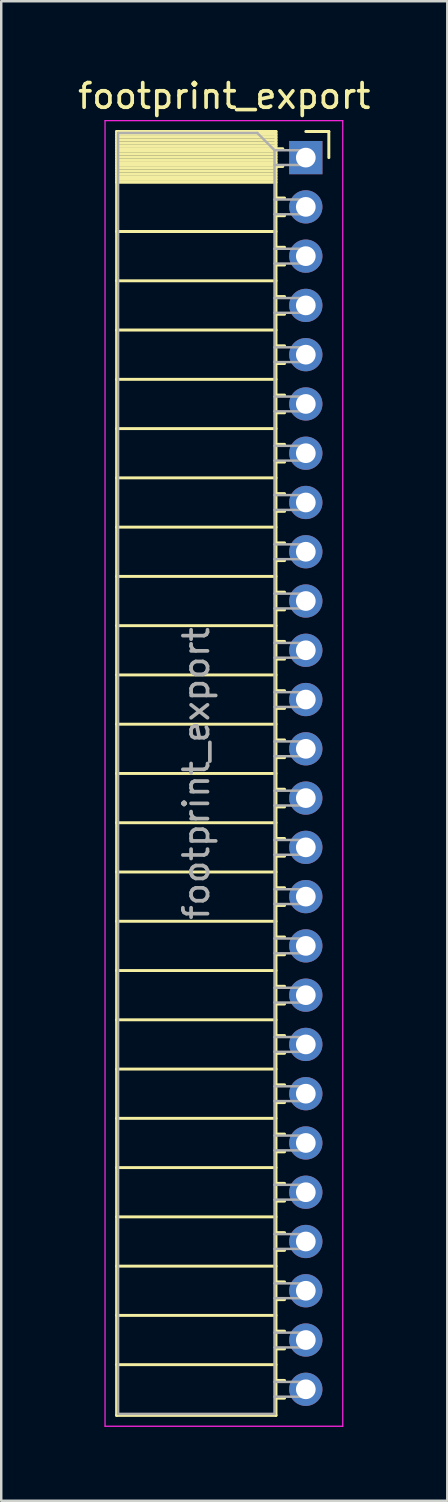
<source format=kicad_pcb>
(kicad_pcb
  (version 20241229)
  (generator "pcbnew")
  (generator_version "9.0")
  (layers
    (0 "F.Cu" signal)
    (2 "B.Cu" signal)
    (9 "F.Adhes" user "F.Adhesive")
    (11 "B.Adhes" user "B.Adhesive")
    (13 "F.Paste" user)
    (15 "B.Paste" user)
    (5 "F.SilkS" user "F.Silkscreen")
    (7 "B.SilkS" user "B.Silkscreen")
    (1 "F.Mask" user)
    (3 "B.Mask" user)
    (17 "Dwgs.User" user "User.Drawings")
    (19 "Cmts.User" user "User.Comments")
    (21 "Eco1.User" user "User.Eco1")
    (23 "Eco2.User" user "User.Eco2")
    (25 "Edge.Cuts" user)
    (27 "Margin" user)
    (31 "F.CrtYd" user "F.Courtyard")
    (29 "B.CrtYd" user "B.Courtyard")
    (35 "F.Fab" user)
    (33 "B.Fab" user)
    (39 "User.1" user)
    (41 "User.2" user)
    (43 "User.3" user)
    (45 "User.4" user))
  (footprint "footprint_export"
    (layer "F.Cu")
    (at 9.364 3.348)
    (property "Reference" "footprint_export" (at -3.31 -2.5 0) (layer "F.SilkS") (effects (font (size 1 1) (thickness 0.15))))
    (attr through_hole)
    (fp_line (start -7.68 -1.06) (end -7.68 51.06) (stroke (width 0.12) (type solid)) (layer "F.SilkS"))
    (fp_line (start -7.68 -1.06) (end -1.21 -1.06) (stroke (width 0.12) (type solid)) (layer "F.SilkS"))
    (fp_line (start -7.68 -0.94) (end -1.21 -0.94) (stroke (width 0.12) (type solid)) (layer "F.SilkS"))
    (fp_line (start -7.68 -0.826) (end -1.21 -0.826) (stroke (width 0.12) (type solid)) (layer "F.SilkS"))
    (fp_line (start -7.68 -0.712) (end -1.21 -0.712) (stroke (width 0.12) (type solid)) (layer "F.SilkS"))
    (fp_line (start -7.68 -0.598) (end -1.21 -0.598) (stroke (width 0.12) (type solid)) (layer "F.SilkS"))
    (fp_line (start -7.68 -0.484) (end -1.21 -0.484) (stroke (width 0.12) (type solid)) (layer "F.SilkS"))
    (fp_line (start -7.68 -0.369) (end -1.21 -0.369) (stroke (width 0.12) (type solid)) (layer "F.SilkS"))
    (fp_line (start -7.68 -0.255) (end -1.21 -0.255) (stroke (width 0.12) (type solid)) (layer "F.SilkS"))
    (fp_line (start -7.68 -0.141) (end -1.21 -0.141) (stroke (width 0.12) (type solid)) (layer "F.SilkS"))
    (fp_line (start -7.68 -0.027) (end -1.21 -0.027) (stroke (width 0.12) (type solid)) (layer "F.SilkS"))
    (fp_line (start -7.68 0.087) (end -1.21 0.087) (stroke (width 0.12) (type solid)) (layer "F.SilkS"))
    (fp_line (start -7.68 0.201) (end -1.21 0.201) (stroke (width 0.12) (type solid)) (layer "F.SilkS"))
    (fp_line (start -7.68 0.315) (end -1.21 0.315) (stroke (width 0.12) (type solid)) (layer "F.SilkS"))
    (fp_line (start -7.68 0.429) (end -1.21 0.429) (stroke (width 0.12) (type solid)) (layer "F.SilkS"))
    (fp_line (start -7.68 0.544) (end -1.21 0.544) (stroke (width 0.12) (type solid)) (layer "F.SilkS"))
    (fp_line (start -7.68 0.658) (end -1.21 0.658) (stroke (width 0.12) (type solid)) (layer "F.SilkS"))
    (fp_line (start -7.68 0.772) (end -1.21 0.772) (stroke (width 0.12) (type solid)) (layer "F.SilkS"))
    (fp_line (start -7.68 0.886) (end -1.21 0.886) (stroke (width 0.12) (type solid)) (layer "F.SilkS"))
    (fp_line (start -7.68 1) (end -1.21 1) (stroke (width 0.12) (type solid)) (layer "F.SilkS"))
    (fp_line (start -7.68 3) (end -1.21 3) (stroke (width 0.12) (type solid)) (layer "F.SilkS"))
    (fp_line (start -7.68 5) (end -1.21 5) (stroke (width 0.12) (type solid)) (layer "F.SilkS"))
    (fp_line (start -7.68 7) (end -1.21 7) (stroke (width 0.12) (type solid)) (layer "F.SilkS"))
    (fp_line (start -7.68 9) (end -1.21 9) (stroke (width 0.12) (type solid)) (layer "F.SilkS"))
    (fp_line (start -7.68 11) (end -1.21 11) (stroke (width 0.12) (type solid)) (layer "F.SilkS"))
    (fp_line (start -7.68 13) (end -1.21 13) (stroke (width 0.12) (type solid)) (layer "F.SilkS"))
    (fp_line (start -7.68 15) (end -1.21 15) (stroke (width 0.12) (type solid)) (layer "F.SilkS"))
    (fp_line (start -7.68 17) (end -1.21 17) (stroke (width 0.12) (type solid)) (layer "F.SilkS"))
    (fp_line (start -7.68 19) (end -1.21 19) (stroke (width 0.12) (type solid)) (layer "F.SilkS"))
    (fp_line (start -7.68 21) (end -1.21 21) (stroke (width 0.12) (type solid)) (layer "F.SilkS"))
    (fp_line (start -7.68 23) (end -1.21 23) (stroke (width 0.12) (type solid)) (layer "F.SilkS"))
    (fp_line (start -7.68 25) (end -1.21 25) (stroke (width 0.12) (type solid)) (layer "F.SilkS"))
    (fp_line (start -7.68 27) (end -1.21 27) (stroke (width 0.12) (type solid)) (layer "F.SilkS"))
    (fp_line (start -7.68 29) (end -1.21 29) (stroke (width 0.12) (type solid)) (layer "F.SilkS"))
    (fp_line (start -7.68 31) (end -1.21 31) (stroke (width 0.12) (type solid)) (layer "F.SilkS"))
    (fp_line (start -7.68 33) (end -1.21 33) (stroke (width 0.12) (type solid)) (layer "F.SilkS"))
    (fp_line (start -7.68 35) (end -1.21 35) (stroke (width 0.12) (type solid)) (layer "F.SilkS"))
    (fp_line (start -7.68 37) (end -1.21 37) (stroke (width 0.12) (type solid)) (layer "F.SilkS"))
    (fp_line (start -7.68 39) (end -1.21 39) (stroke (width 0.12) (type solid)) (layer "F.SilkS"))
    (fp_line (start -7.68 41) (end -1.21 41) (stroke (width 0.12) (type solid)) (layer "F.SilkS"))
    (fp_line (start -7.68 43) (end -1.21 43) (stroke (width 0.12) (type solid)) (layer "F.SilkS"))
    (fp_line (start -7.68 45) (end -1.21 45) (stroke (width 0.12) (type solid)) (layer "F.SilkS"))
    (fp_line (start -7.68 47) (end -1.21 47) (stroke (width 0.12) (type solid)) (layer "F.SilkS"))
    (fp_line (start -7.68 49) (end -1.21 49) (stroke (width 0.12) (type solid)) (layer "F.SilkS"))
    (fp_line (start -7.68 51.06) (end -1.21 51.06) (stroke (width 0.12) (type solid)) (layer "F.SilkS"))
    (fp_line (start -1.21 -1.06) (end -1.21 51.06) (stroke (width 0.12) (type solid)) (layer "F.SilkS"))
    (fp_line (start -1.21 -0.36) (end -0.935 -0.36) (stroke (width 0.12) (type solid)) (layer "F.SilkS"))
    (fp_line (start -1.21 0.36) (end -0.935 0.36) (stroke (width 0.12) (type solid)) (layer "F.SilkS"))
    (fp_line (start -1.21 1.64) (end -0.863 1.64) (stroke (width 0.12) (type solid)) (layer "F.SilkS"))
    (fp_line (start -1.21 2.36) (end -0.863 2.36) (stroke (width 0.12) (type solid)) (layer "F.SilkS"))
    (fp_line (start -1.21 3.64) (end -0.863 3.64) (stroke (width 0.12) (type solid)) (layer "F.SilkS"))
    (fp_line (start -1.21 4.36) (end -0.863 4.36) (stroke (width 0.12) (type solid)) (layer "F.SilkS"))
    (fp_line (start -1.21 5.64) (end -0.863 5.64) (stroke (width 0.12) (type solid)) (layer "F.SilkS"))
    (fp_line (start -1.21 6.36) (end -0.863 6.36) (stroke (width 0.12) (type solid)) (layer "F.SilkS"))
    (fp_line (start -1.21 7.64) (end -0.863 7.64) (stroke (width 0.12) (type solid)) (layer "F.SilkS"))
    (fp_line (start -1.21 8.36) (end -0.863 8.36) (stroke (width 0.12) (type solid)) (layer "F.SilkS"))
    (fp_line (start -1.21 9.64) (end -0.863 9.64) (stroke (width 0.12) (type solid)) (layer "F.SilkS"))
    (fp_line (start -1.21 10.36) (end -0.863 10.36) (stroke (width 0.12) (type solid)) (layer "F.SilkS"))
    (fp_line (start -1.21 11.64) (end -0.863 11.64) (stroke (width 0.12) (type solid)) (layer "F.SilkS"))
    (fp_line (start -1.21 12.36) (end -0.863 12.36) (stroke (width 0.12) (type solid)) (layer "F.SilkS"))
    (fp_line (start -1.21 13.64) (end -0.863 13.64) (stroke (width 0.12) (type solid)) (layer "F.SilkS"))
    (fp_line (start -1.21 14.36) (end -0.863 14.36) (stroke (width 0.12) (type solid)) (layer "F.SilkS"))
    (fp_line (start -1.21 15.64) (end -0.863 15.64) (stroke (width 0.12) (type solid)) (layer "F.SilkS"))
    (fp_line (start -1.21 16.36) (end -0.863 16.36) (stroke (width 0.12) (type solid)) (layer "F.SilkS"))
    (fp_line (start -1.21 17.64) (end -0.863 17.64) (stroke (width 0.12) (type solid)) (layer "F.SilkS"))
    (fp_line (start -1.21 18.36) (end -0.863 18.36) (stroke (width 0.12) (type solid)) (layer "F.SilkS"))
    (fp_line (start -1.21 19.64) (end -0.863 19.64) (stroke (width 0.12) (type solid)) (layer "F.SilkS"))
    (fp_line (start -1.21 20.36) (end -0.863 20.36) (stroke (width 0.12) (type solid)) (layer "F.SilkS"))
    (fp_line (start -1.21 21.64) (end -0.863 21.64) (stroke (width 0.12) (type solid)) (layer "F.SilkS"))
    (fp_line (start -1.21 22.36) (end -0.863 22.36) (stroke (width 0.12) (type solid)) (layer "F.SilkS"))
    (fp_line (start -1.21 23.64) (end -0.863 23.64) (stroke (width 0.12) (type solid)) (layer "F.SilkS"))
    (fp_line (start -1.21 24.36) (end -0.863 24.36) (stroke (width 0.12) (type solid)) (layer "F.SilkS"))
    (fp_line (start -1.21 25.64) (end -0.863 25.64) (stroke (width 0.12) (type solid)) (layer "F.SilkS"))
    (fp_line (start -1.21 26.36) (end -0.863 26.36) (stroke (width 0.12) (type solid)) (layer "F.SilkS"))
    (fp_line (start -1.21 27.64) (end -0.863 27.64) (stroke (width 0.12) (type solid)) (layer "F.SilkS"))
    (fp_line (start -1.21 28.36) (end -0.863 28.36) (stroke (width 0.12) (type solid)) (layer "F.SilkS"))
    (fp_line (start -1.21 29.64) (end -0.863 29.64) (stroke (width 0.12) (type solid)) (layer "F.SilkS"))
    (fp_line (start -1.21 30.36) (end -0.863 30.36) (stroke (width 0.12) (type solid)) (layer "F.SilkS"))
    (fp_line (start -1.21 31.64) (end -0.863 31.64) (stroke (width 0.12) (type solid)) (layer "F.SilkS"))
    (fp_line (start -1.21 32.36) (end -0.863 32.36) (stroke (width 0.12) (type solid)) (layer "F.SilkS"))
    (fp_line (start -1.21 33.64) (end -0.863 33.64) (stroke (width 0.12) (type solid)) (layer "F.SilkS"))
    (fp_line (start -1.21 34.36) (end -0.863 34.36) (stroke (width 0.12) (type solid)) (layer "F.SilkS"))
    (fp_line (start -1.21 35.64) (end -0.863 35.64) (stroke (width 0.12) (type solid)) (layer "F.SilkS"))
    (fp_line (start -1.21 36.36) (end -0.863 36.36) (stroke (width 0.12) (type solid)) (layer "F.SilkS"))
    (fp_line (start -1.21 37.64) (end -0.863 37.64) (stroke (width 0.12) (type solid)) (layer "F.SilkS"))
    (fp_line (start -1.21 38.36) (end -0.863 38.36) (stroke (width 0.12) (type solid)) (layer "F.SilkS"))
    (fp_line (start -1.21 39.64) (end -0.863 39.64) (stroke (width 0.12) (type solid)) (layer "F.SilkS"))
    (fp_line (start -1.21 40.36) (end -0.863 40.36) (stroke (width 0.12) (type solid)) (layer "F.SilkS"))
    (fp_line (start -1.21 41.64) (end -0.863 41.64) (stroke (width 0.12) (type solid)) (layer "F.SilkS"))
    (fp_line (start -1.21 42.36) (end -0.863 42.36) (stroke (width 0.12) (type solid)) (layer "F.SilkS"))
    (fp_line (start -1.21 43.64) (end -0.863 43.64) (stroke (width 0.12) (type solid)) (layer "F.SilkS"))
    (fp_line (start -1.21 44.36) (end -0.863 44.36) (stroke (width 0.12) (type solid)) (layer "F.SilkS"))
    (fp_line (start -1.21 45.64) (end -0.863 45.64) (stroke (width 0.12) (type solid)) (layer "F.SilkS"))
    (fp_line (start -1.21 46.36) (end -0.863 46.36) (stroke (width 0.12) (type solid)) (layer "F.SilkS"))
    (fp_line (start -1.21 47.64) (end -0.863 47.64) (stroke (width 0.12) (type solid)) (layer "F.SilkS"))
    (fp_line (start -1.21 48.36) (end -0.863 48.36) (stroke (width 0.12) (type solid)) (layer "F.SilkS"))
    (fp_line (start -1.21 49.64) (end -0.863 49.64) (stroke (width 0.12) (type solid)) (layer "F.SilkS"))
    (fp_line (start -1.21 50.36) (end -0.863 50.36) (stroke (width 0.12) (type solid)) (layer "F.SilkS"))
    (fp_line (start 0 -1.06) (end 0.935 -1.06) (stroke (width 0.12) (type solid)) (layer "F.SilkS"))
    (fp_line (start 0.935 -1.06) (end 0.935 0) (stroke (width 0.12) (type solid)) (layer "F.SilkS"))
    (fp_line (start -8.15 -1.5) (end -8.15 51.5) (stroke (width 0.05) (type solid)) (layer "F.CrtYd"))
    (fp_line (start -8.15 51.5) (end 1.5 51.5) (stroke (width 0.05) (type solid)) (layer "F.CrtYd"))
    (fp_line (start 1.5 -1.5) (end -8.15 -1.5) (stroke (width 0.05) (type solid)) (layer "F.CrtYd"))
    (fp_line (start 1.5 51.5) (end 1.5 -1.5) (stroke (width 0.05) (type solid)) (layer "F.CrtYd"))
    (fp_line (start -7.62 -1) (end -1.97 -1) (stroke (width 0.1) (type solid)) (layer "F.Fab"))
    (fp_line (start -7.62 51) (end -7.62 -1) (stroke (width 0.1) (type solid)) (layer "F.Fab"))
    (fp_line (start -1.97 -1) (end -1.27 -0.3) (stroke (width 0.1) (type solid)) (layer "F.Fab"))
    (fp_line (start -1.27 -0.3) (end -1.27 51) (stroke (width 0.1) (type solid)) (layer "F.Fab"))
    (fp_line (start -1.27 0.3) (end 0 0.3) (stroke (width 0.1) (type solid)) (layer "F.Fab"))
    (fp_line (start -1.27 2.3) (end 0 2.3) (stroke (width 0.1) (type solid)) (layer "F.Fab"))
    (fp_line (start -1.27 4.3) (end 0 4.3) (stroke (width 0.1) (type solid)) (layer "F.Fab"))
    (fp_line (start -1.27 6.3) (end 0 6.3) (stroke (width 0.1) (type solid)) (layer "F.Fab"))
    (fp_line (start -1.27 8.3) (end 0 8.3) (stroke (width 0.1) (type solid)) (layer "F.Fab"))
    (fp_line (start -1.27 10.3) (end 0 10.3) (stroke (width 0.1) (type solid)) (layer "F.Fab"))
    (fp_line (start -1.27 12.3) (end 0 12.3) (stroke (width 0.1) (type solid)) (layer "F.Fab"))
    (fp_line (start -1.27 14.3) (end 0 14.3) (stroke (width 0.1) (type solid)) (layer "F.Fab"))
    (fp_line (start -1.27 16.3) (end 0 16.3) (stroke (width 0.1) (type solid)) (layer "F.Fab"))
    (fp_line (start -1.27 18.3) (end 0 18.3) (stroke (width 0.1) (type solid)) (layer "F.Fab"))
    (fp_line (start -1.27 20.3) (end 0 20.3) (stroke (width 0.1) (type solid)) (layer "F.Fab"))
    (fp_line (start -1.27 22.3) (end 0 22.3) (stroke (width 0.1) (type solid)) (layer "F.Fab"))
    (fp_line (start -1.27 24.3) (end 0 24.3) (stroke (width 0.1) (type solid)) (layer "F.Fab"))
    (fp_line (start -1.27 26.3) (end 0 26.3) (stroke (width 0.1) (type solid)) (layer "F.Fab"))
    (fp_line (start -1.27 28.3) (end 0 28.3) (stroke (width 0.1) (type solid)) (layer "F.Fab"))
    (fp_line (start -1.27 30.3) (end 0 30.3) (stroke (width 0.1) (type solid)) (layer "F.Fab"))
    (fp_line (start -1.27 32.3) (end 0 32.3) (stroke (width 0.1) (type solid)) (layer "F.Fab"))
    (fp_line (start -1.27 34.3) (end 0 34.3) (stroke (width 0.1) (type solid)) (layer "F.Fab"))
    (fp_line (start -1.27 36.3) (end 0 36.3) (stroke (width 0.1) (type solid)) (layer "F.Fab"))
    (fp_line (start -1.27 38.3) (end 0 38.3) (stroke (width 0.1) (type solid)) (layer "F.Fab"))
    (fp_line (start -1.27 40.3) (end 0 40.3) (stroke (width 0.1) (type solid)) (layer "F.Fab"))
    (fp_line (start -1.27 42.3) (end 0 42.3) (stroke (width 0.1) (type solid)) (layer "F.Fab"))
    (fp_line (start -1.27 44.3) (end 0 44.3) (stroke (width 0.1) (type solid)) (layer "F.Fab"))
    (fp_line (start -1.27 46.3) (end 0 46.3) (stroke (width 0.1) (type solid)) (layer "F.Fab"))
    (fp_line (start -1.27 48.3) (end 0 48.3) (stroke (width 0.1) (type solid)) (layer "F.Fab"))
    (fp_line (start -1.27 50.3) (end 0 50.3) (stroke (width 0.1) (type solid)) (layer "F.Fab"))
    (fp_line (start -1.27 51) (end -7.62 51) (stroke (width 0.1) (type solid)) (layer "F.Fab"))
    (fp_line (start 0 -0.3) (end -1.27 -0.3) (stroke (width 0.1) (type solid)) (layer "F.Fab"))
    (fp_line (start 0 0.3) (end 0 -0.3) (stroke (width 0.1) (type solid)) (layer "F.Fab"))
    (fp_line (start 0 1.7) (end -1.27 1.7) (stroke (width 0.1) (type solid)) (layer "F.Fab"))
    (fp_line (start 0 2.3) (end 0 1.7) (stroke (width 0.1) (type solid)) (layer "F.Fab"))
    (fp_line (start 0 3.7) (end -1.27 3.7) (stroke (width 0.1) (type solid)) (layer "F.Fab"))
    (fp_line (start 0 4.3) (end 0 3.7) (stroke (width 0.1) (type solid)) (layer "F.Fab"))
    (fp_line (start 0 5.7) (end -1.27 5.7) (stroke (width 0.1) (type solid)) (layer "F.Fab"))
    (fp_line (start 0 6.3) (end 0 5.7) (stroke (width 0.1) (type solid)) (layer "F.Fab"))
    (fp_line (start 0 7.7) (end -1.27 7.7) (stroke (width 0.1) (type solid)) (layer "F.Fab"))
    (fp_line (start 0 8.3) (end 0 7.7) (stroke (width 0.1) (type solid)) (layer "F.Fab"))
    (fp_line (start 0 9.7) (end -1.27 9.7) (stroke (width 0.1) (type solid)) (layer "F.Fab"))
    (fp_line (start 0 10.3) (end 0 9.7) (stroke (width 0.1) (type solid)) (layer "F.Fab"))
    (fp_line (start 0 11.7) (end -1.27 11.7) (stroke (width 0.1) (type solid)) (layer "F.Fab"))
    (fp_line (start 0 12.3) (end 0 11.7) (stroke (width 0.1) (type solid)) (layer "F.Fab"))
    (fp_line (start 0 13.7) (end -1.27 13.7) (stroke (width 0.1) (type solid)) (layer "F.Fab"))
    (fp_line (start 0 14.3) (end 0 13.7) (stroke (width 0.1) (type solid)) (layer "F.Fab"))
    (fp_line (start 0 15.7) (end -1.27 15.7) (stroke (width 0.1) (type solid)) (layer "F.Fab"))
    (fp_line (start 0 16.3) (end 0 15.7) (stroke (width 0.1) (type solid)) (layer "F.Fab"))
    (fp_line (start 0 17.7) (end -1.27 17.7) (stroke (width 0.1) (type solid)) (layer "F.Fab"))
    (fp_line (start 0 18.3) (end 0 17.7) (stroke (width 0.1) (type solid)) (layer "F.Fab"))
    (fp_line (start 0 19.7) (end -1.27 19.7) (stroke (width 0.1) (type solid)) (layer "F.Fab"))
    (fp_line (start 0 20.3) (end 0 19.7) (stroke (width 0.1) (type solid)) (layer "F.Fab"))
    (fp_line (start 0 21.7) (end -1.27 21.7) (stroke (width 0.1) (type solid)) (layer "F.Fab"))
    (fp_line (start 0 22.3) (end 0 21.7) (stroke (width 0.1) (type solid)) (layer "F.Fab"))
    (fp_line (start 0 23.7) (end -1.27 23.7) (stroke (width 0.1) (type solid)) (layer "F.Fab"))
    (fp_line (start 0 24.3) (end 0 23.7) (stroke (width 0.1) (type solid)) (layer "F.Fab"))
    (fp_line (start 0 25.7) (end -1.27 25.7) (stroke (width 0.1) (type solid)) (layer "F.Fab"))
    (fp_line (start 0 26.3) (end 0 25.7) (stroke (width 0.1) (type solid)) (layer "F.Fab"))
    (fp_line (start 0 27.7) (end -1.27 27.7) (stroke (width 0.1) (type solid)) (layer "F.Fab"))
    (fp_line (start 0 28.3) (end 0 27.7) (stroke (width 0.1) (type solid)) (layer "F.Fab"))
    (fp_line (start 0 29.7) (end -1.27 29.7) (stroke (width 0.1) (type solid)) (layer "F.Fab"))
    (fp_line (start 0 30.3) (end 0 29.7) (stroke (width 0.1) (type solid)) (layer "F.Fab"))
    (fp_line (start 0 31.7) (end -1.27 31.7) (stroke (width 0.1) (type solid)) (layer "F.Fab"))
    (fp_line (start 0 32.3) (end 0 31.7) (stroke (width 0.1) (type solid)) (layer "F.Fab"))
    (fp_line (start 0 33.7) (end -1.27 33.7) (stroke (width 0.1) (type solid)) (layer "F.Fab"))
    (fp_line (start 0 34.3) (end 0 33.7) (stroke (width 0.1) (type solid)) (layer "F.Fab"))
    (fp_line (start 0 35.7) (end -1.27 35.7) (stroke (width 0.1) (type solid)) (layer "F.Fab"))
    (fp_line (start 0 36.3) (end 0 35.7) (stroke (width 0.1) (type solid)) (layer "F.Fab"))
    (fp_line (start 0 37.7) (end -1.27 37.7) (stroke (width 0.1) (type solid)) (layer "F.Fab"))
    (fp_line (start 0 38.3) (end 0 37.7) (stroke (width 0.1) (type solid)) (layer "F.Fab"))
    (fp_line (start 0 39.7) (end -1.27 39.7) (stroke (width 0.1) (type solid)) (layer "F.Fab"))
    (fp_line (start 0 40.3) (end 0 39.7) (stroke (width 0.1) (type solid)) (layer "F.Fab"))
    (fp_line (start 0 41.7) (end -1.27 41.7) (stroke (width 0.1) (type solid)) (layer "F.Fab"))
    (fp_line (start 0 42.3) (end 0 41.7) (stroke (width 0.1) (type solid)) (layer "F.Fab"))
    (fp_line (start 0 43.7) (end -1.27 43.7) (stroke (width 0.1) (type solid)) (layer "F.Fab"))
    (fp_line (start 0 44.3) (end 0 43.7) (stroke (width 0.1) (type solid)) (layer "F.Fab"))
    (fp_line (start 0 45.7) (end -1.27 45.7) (stroke (width 0.1) (type solid)) (layer "F.Fab"))
    (fp_line (start 0 46.3) (end 0 45.7) (stroke (width 0.1) (type solid)) (layer "F.Fab"))
    (fp_line (start 0 47.7) (end -1.27 47.7) (stroke (width 0.1) (type solid)) (layer "F.Fab"))
    (fp_line (start 0 48.3) (end 0 47.7) (stroke (width 0.1) (type solid)) (layer "F.Fab"))
    (fp_line (start 0 49.7) (end -1.27 49.7) (stroke (width 0.1) (type solid)) (layer "F.Fab"))
    (fp_line (start 0 50.3) (end 0 49.7) (stroke (width 0.1) (type solid)) (layer "F.Fab"))
    (fp_text user "${REFERENCE}" (at -4.445 25 90) (layer "F.Fab") (effects (font (size 1 1) (thickness 0.15))))
    (pad "1" thru_hole rect (at 0 0) (size 1.35 1.35) (drill 0.8) (layers "*.Cu" "*.Mask"))
    (pad "2" thru_hole oval (at 0 2) (size 1.35 1.35) (drill 0.8) (layers "*.Cu" "*.Mask"))
    (pad "3" thru_hole oval (at 0 4) (size 1.35 1.35) (drill 0.8) (layers "*.Cu" "*.Mask"))
    (pad "4" thru_hole oval (at 0 6) (size 1.35 1.35) (drill 0.8) (layers "*.Cu" "*.Mask"))
    (pad "5" thru_hole oval (at 0 8) (size 1.35 1.35) (drill 0.8) (layers "*.Cu" "*.Mask"))
    (pad "6" thru_hole oval (at 0 10) (size 1.35 1.35) (drill 0.8) (layers "*.Cu" "*.Mask"))
    (pad "7" thru_hole oval (at 0 12) (size 1.35 1.35) (drill 0.8) (layers "*.Cu" "*.Mask"))
    (pad "8" thru_hole oval (at 0 14) (size 1.35 1.35) (drill 0.8) (layers "*.Cu" "*.Mask"))
    (pad "9" thru_hole oval (at 0 16) (size 1.35 1.35) (drill 0.8) (layers "*.Cu" "*.Mask"))
    (pad "10" thru_hole oval (at 0 18) (size 1.35 1.35) (drill 0.8) (layers "*.Cu" "*.Mask"))
    (pad "11" thru_hole oval (at 0 20) (size 1.35 1.35) (drill 0.8) (layers "*.Cu" "*.Mask"))
    (pad "12" thru_hole oval (at 0 22) (size 1.35 1.35) (drill 0.8) (layers "*.Cu" "*.Mask"))
    (pad "13" thru_hole oval (at 0 24) (size 1.35 1.35) (drill 0.8) (layers "*.Cu" "*.Mask"))
    (pad "14" thru_hole oval (at 0 26) (size 1.35 1.35) (drill 0.8) (layers "*.Cu" "*.Mask"))
    (pad "15" thru_hole oval (at 0 28) (size 1.35 1.35) (drill 0.8) (layers "*.Cu" "*.Mask"))
    (pad "16" thru_hole oval (at 0 30) (size 1.35 1.35) (drill 0.8) (layers "*.Cu" "*.Mask"))
    (pad "17" thru_hole oval (at 0 32) (size 1.35 1.35) (drill 0.8) (layers "*.Cu" "*.Mask"))
    (pad "18" thru_hole oval (at 0 34) (size 1.35 1.35) (drill 0.8) (layers "*.Cu" "*.Mask"))
    (pad "19" thru_hole oval (at 0 36) (size 1.35 1.35) (drill 0.8) (layers "*.Cu" "*.Mask"))
    (pad "20" thru_hole oval (at 0 38) (size 1.35 1.35) (drill 0.8) (layers "*.Cu" "*.Mask"))
    (pad "21" thru_hole oval (at 0 40) (size 1.35 1.35) (drill 0.8) (layers "*.Cu" "*.Mask"))
    (pad "22" thru_hole oval (at 0 42) (size 1.35 1.35) (drill 0.8) (layers "*.Cu" "*.Mask"))
    (pad "23" thru_hole oval (at 0 44) (size 1.35 1.35) (drill 0.8) (layers "*.Cu" "*.Mask"))
    (pad "24" thru_hole oval (at 0 46) (size 1.35 1.35) (drill 0.8) (layers "*.Cu" "*.Mask"))
    (pad "25" thru_hole oval (at 0 48) (size 1.35 1.35) (drill 0.8) (layers "*.Cu" "*.Mask"))
    (pad "26" thru_hole oval (at 0 50) (size 1.35 1.35) (drill 0.8) (layers "*.Cu" "*.Mask")))
  (gr_rect
    (start -3 -3)
    (end 15.107 57.873)
    (stroke (width 0.1) (type default))
    (fill no)
    (layer "Edge.Cuts")))
</source>
